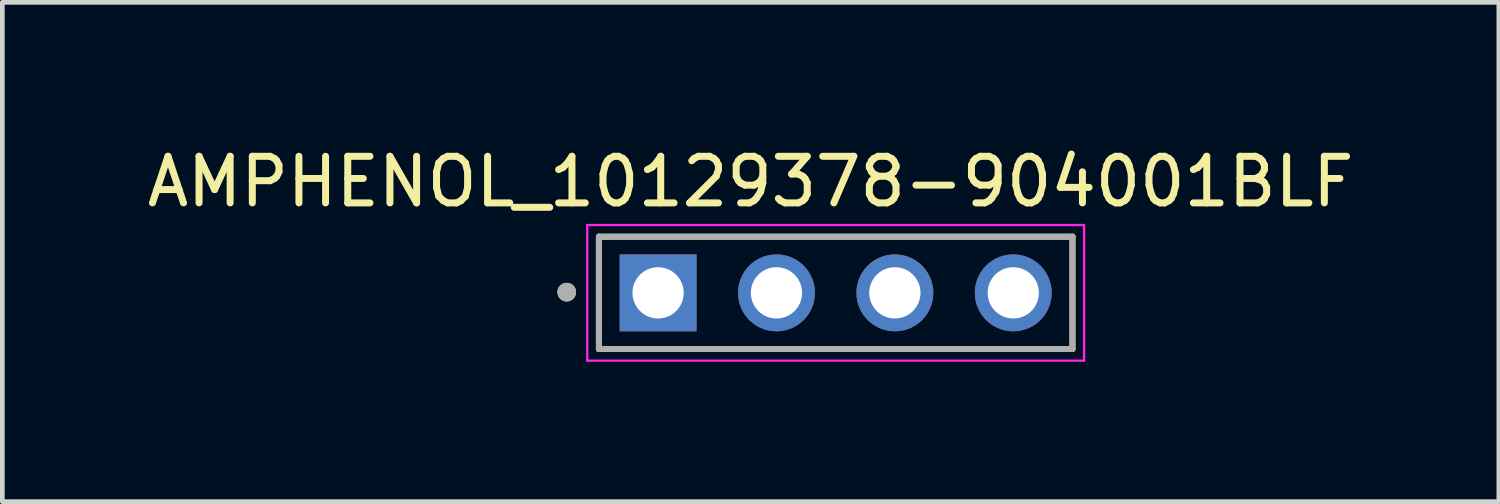
<source format=kicad_pcb>
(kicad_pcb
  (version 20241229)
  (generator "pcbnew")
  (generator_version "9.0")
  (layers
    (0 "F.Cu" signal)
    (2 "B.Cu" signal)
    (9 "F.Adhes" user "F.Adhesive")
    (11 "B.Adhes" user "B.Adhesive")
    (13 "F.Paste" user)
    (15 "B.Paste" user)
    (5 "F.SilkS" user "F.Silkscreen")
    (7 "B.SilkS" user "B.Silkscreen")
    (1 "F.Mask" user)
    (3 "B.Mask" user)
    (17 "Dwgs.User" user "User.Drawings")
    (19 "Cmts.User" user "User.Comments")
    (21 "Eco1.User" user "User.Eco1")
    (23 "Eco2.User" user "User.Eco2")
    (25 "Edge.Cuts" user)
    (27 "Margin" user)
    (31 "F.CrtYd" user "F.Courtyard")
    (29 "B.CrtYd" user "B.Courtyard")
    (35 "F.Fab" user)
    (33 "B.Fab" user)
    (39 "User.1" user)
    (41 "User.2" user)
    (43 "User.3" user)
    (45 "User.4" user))
  (footprint "AMPHENOL_10129378-904001BLF"
    (layer "F.Cu")
    (at 14.879 3.233)
    (property "Reference" "AMPHENOL_10129378-904001BLF" (at -1.825 -2.385 0) (layer "F.SilkS") (effects (font (size 1 1) (thickness 0.15))))
    (attr through_hole)
    (fp_line (start -5.08 -1.205) (end 5.08 -1.205) (stroke (width 0.127) (type solid)) (layer "F.SilkS"))
    (fp_line (start -5.08 1.205) (end -5.08 -1.205) (stroke (width 0.127) (type solid)) (layer "F.SilkS"))
    (fp_line (start 5.08 -1.205) (end 5.08 1.205) (stroke (width 0.127) (type solid)) (layer "F.SilkS"))
    (fp_line (start 5.08 1.205) (end -5.08 1.205) (stroke (width 0.127) (type solid)) (layer "F.SilkS"))
    (fp_circle (center -5.77 -0.015) (end -5.67 -0.015) (stroke (width 0.2) (type solid)) (fill no) (layer "F.SilkS"))
    (fp_line (start -5.33 -1.455) (end 5.33 -1.455) (stroke (width 0.05) (type solid)) (layer "F.CrtYd"))
    (fp_line (start -5.33 1.455) (end -5.33 -1.455) (stroke (width 0.05) (type solid)) (layer "F.CrtYd"))
    (fp_line (start 5.33 -1.455) (end 5.33 1.455) (stroke (width 0.05) (type solid)) (layer "F.CrtYd"))
    (fp_line (start 5.33 1.455) (end -5.33 1.455) (stroke (width 0.05) (type solid)) (layer "F.CrtYd"))
    (fp_line (start -5.08 -1.205) (end 5.08 -1.205) (stroke (width 0.127) (type solid)) (layer "F.Fab"))
    (fp_line (start -5.08 1.205) (end -5.08 -1.205) (stroke (width 0.127) (type solid)) (layer "F.Fab"))
    (fp_line (start 5.08 -1.205) (end 5.08 1.205) (stroke (width 0.127) (type solid)) (layer "F.Fab"))
    (fp_line (start 5.08 1.205) (end -5.08 1.205) (stroke (width 0.127) (type solid)) (layer "F.Fab"))
    (fp_circle (center -5.77 -0.015) (end -5.67 -0.015) (stroke (width 0.2) (type solid)) (fill no) (layer "F.Fab"))
    (pad "1" thru_hole rect (at -3.81 0) (size 1.65 1.65) (drill 1.1) (layers "*.Cu" "*.Mask"))
    (pad "2" thru_hole circle (at -1.27 0) (size 1.65 1.65) (drill 1.1) (layers "*.Cu" "*.Mask"))
    (pad "3" thru_hole circle (at 1.27 0) (size 1.65 1.65) (drill 1.1) (layers "*.Cu" "*.Mask"))
    (pad "4" thru_hole circle (at 3.81 0) (size 1.65 1.65) (drill 1.1) (layers "*.Cu" "*.Mask")))
  (gr_rect
    (start -3 -3)
    (end 29.107 7.713)
    (stroke (width 0.1) (type default))
    (fill no)
    (layer "Edge.Cuts")))
</source>
